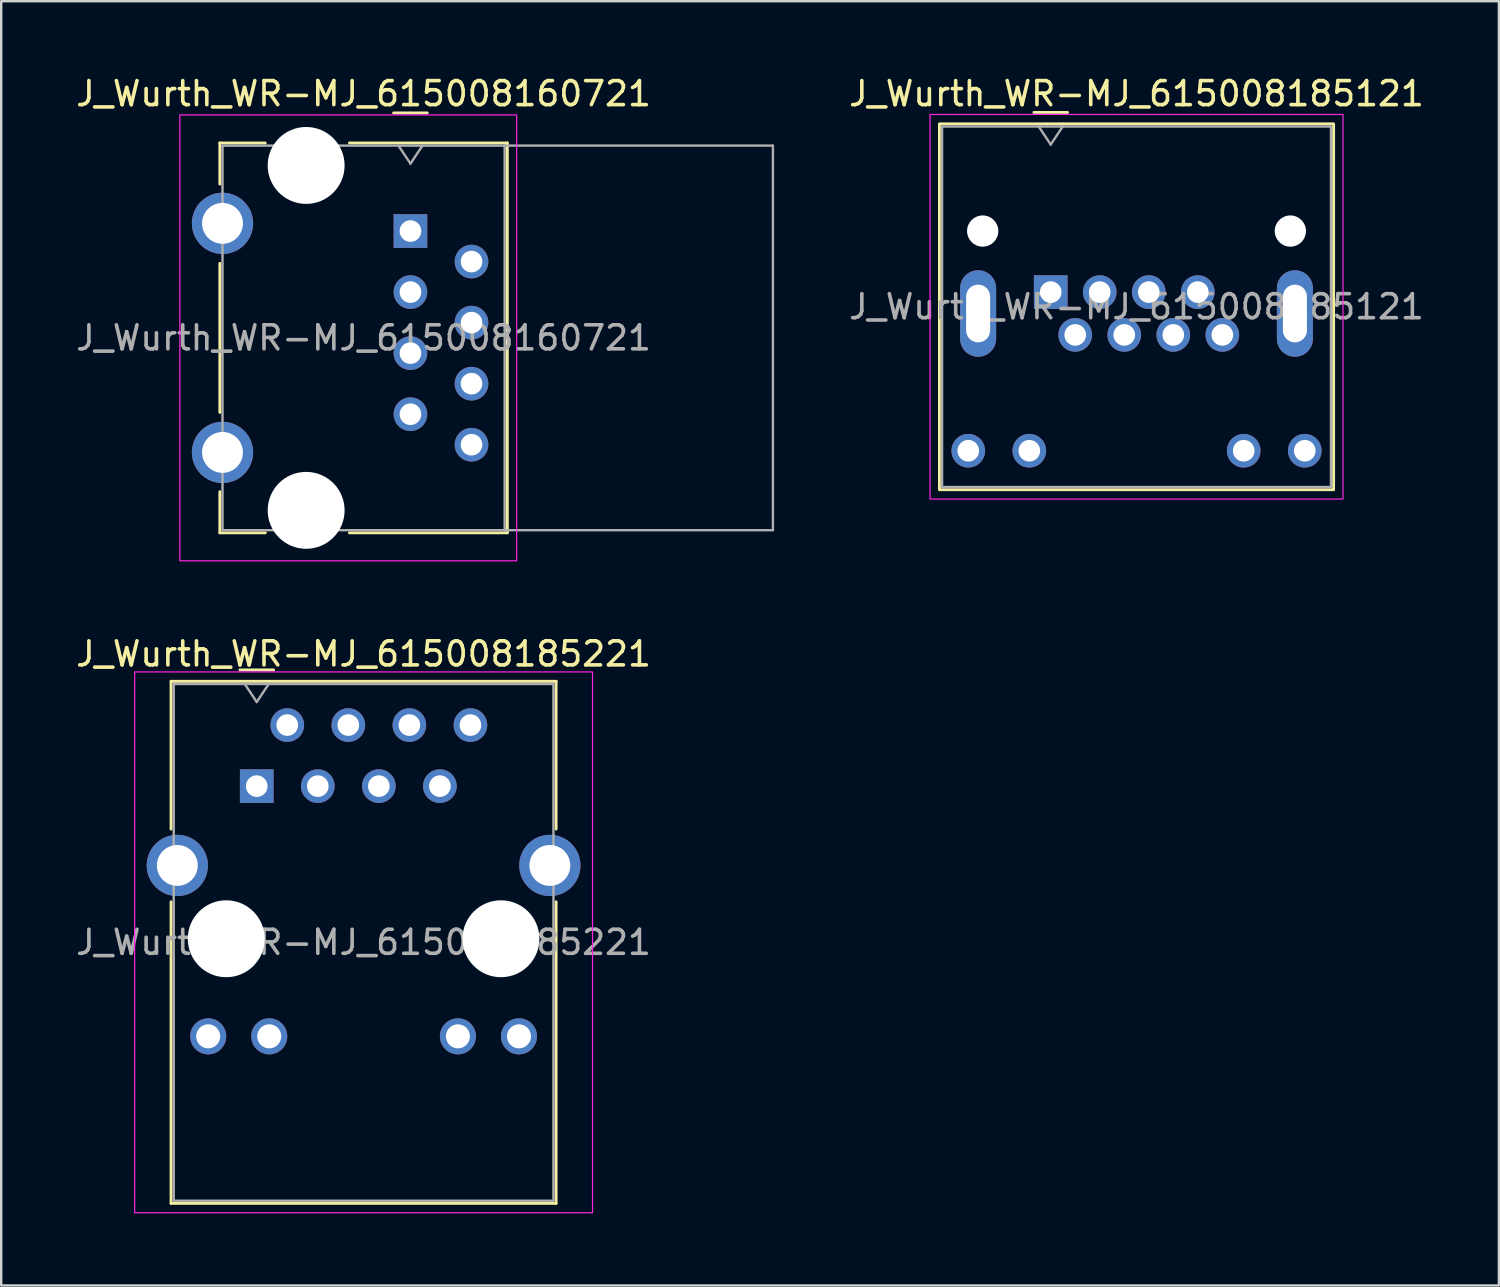
<source format=kicad_pcb>
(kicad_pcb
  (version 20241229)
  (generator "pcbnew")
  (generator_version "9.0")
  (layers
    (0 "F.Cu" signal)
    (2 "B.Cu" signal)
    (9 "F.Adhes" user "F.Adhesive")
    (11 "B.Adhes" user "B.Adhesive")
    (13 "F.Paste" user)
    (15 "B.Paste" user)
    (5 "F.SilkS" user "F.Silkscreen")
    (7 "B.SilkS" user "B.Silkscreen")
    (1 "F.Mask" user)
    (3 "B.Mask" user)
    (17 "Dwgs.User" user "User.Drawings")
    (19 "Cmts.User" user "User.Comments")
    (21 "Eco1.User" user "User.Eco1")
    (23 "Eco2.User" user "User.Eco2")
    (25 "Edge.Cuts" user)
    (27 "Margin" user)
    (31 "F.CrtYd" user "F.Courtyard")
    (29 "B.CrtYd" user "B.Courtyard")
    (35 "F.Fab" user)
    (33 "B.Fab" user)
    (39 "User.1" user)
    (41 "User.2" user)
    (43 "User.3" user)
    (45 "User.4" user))
  (footprint "J_Wurth_WR-MJ_615008160721"
    (layer "F.Cu")
    (at 14.027 6.563)
    (property "Reference" "J_Wurth_WR-MJ_615008160721" (at -1.95 -5.715 0) (unlocked yes) (layer "F.SilkS") (effects (font (size 1 1) (thickness 0.15))))
    (attr through_hole)
    (fp_line (start -7.93 -1.955) (end -7.93 -3.665) (stroke (width 0.12) (type solid)) (layer "F.SilkS"))
    (fp_line (start -7.93 7.545) (end -7.93 1.345) (stroke (width 0.12) (type solid)) (layer "F.SilkS"))
    (fp_line (start -7.93 10.845) (end -7.93 12.555) (stroke (width 0.12) (type solid)) (layer "F.SilkS"))
    (fp_line (start -6.04 -3.665) (end -7.93 -3.665) (stroke (width 0.12) (type solid)) (layer "F.SilkS"))
    (fp_line (start -6.04 12.555) (end -7.93 12.555) (stroke (width 0.12) (type solid)) (layer "F.SilkS"))
    (fp_line (start -2.54 -3.665) (end 4.03 -3.665) (stroke (width 0.12) (type solid)) (layer "F.SilkS"))
    (fp_line (start -2.54 12.555) (end 4.03 12.555) (stroke (width 0.12) (type solid)) (layer "F.SilkS"))
    (fp_line (start 0.7 -4.915) (end -0.7 -4.915) (stroke (width 0.12) (type solid)) (layer "F.SilkS"))
    (fp_line (start 4.03 -3.665) (end 4.03 12.555) (stroke (width 0.12) (type solid)) (layer "F.SilkS"))
    (fp_rect (start -9.595 -4.83) (end 4.42 13.72) (stroke (width 0.05) (type solid)) (fill no) (layer "F.CrtYd"))
    (fp_line (start 0 -2.805) (end -0.5 -3.555) (stroke (width 0.1) (type solid)) (layer "F.Fab"))
    (fp_line (start 0 -2.805) (end 0.5 -3.555) (stroke (width 0.1) (type solid)) (layer "F.Fab"))
    (fp_line (start 3.92 -3.555) (end 15.08 -3.555) (stroke (width 0.1) (type solid)) (layer "F.Fab"))
    (fp_line (start 15.08 -3.555) (end 15.08 12.445) (stroke (width 0.1) (type solid)) (layer "F.Fab"))
    (fp_line (start 15.08 12.445) (end 3.92 12.445) (stroke (width 0.1) (type solid)) (layer "F.Fab"))
    (fp_rect (start -7.82 -3.555) (end 3.92 12.445) (stroke (width 0.1) (type solid)) (fill no) (layer "F.Fab"))
    (fp_text user "${REFERENCE}" (at -1.95 4.445 0) (unlocked yes) (layer "F.Fab") (effects (font (size 1 1) (thickness 0.15))))
    (pad "" np_thru_hole circle (at -4.34 -2.73 90) (size 3.2 3.2) (drill 3.2) (layers "*.Cu" "*.Mask"))
    (pad "" np_thru_hole circle (at -4.34 11.62 90) (size 3.2 3.2) (drill 3.2) (layers "*.Cu" "*.Mask"))
    (pad "1" thru_hole rect (at 0 0 90) (size 1.4 1.4) (drill 0.9) (layers "*.Cu" "*.Mask"))
    (pad "2" thru_hole circle (at 2.54 1.27 90) (size 1.4 1.4) (drill 0.9) (layers "*.Cu" "*.Mask"))
    (pad "3" thru_hole circle (at 0 2.54 90) (size 1.4 1.4) (drill 0.9) (layers "*.Cu" "*.Mask"))
    (pad "4" thru_hole circle (at 2.54 3.81 90) (size 1.4 1.4) (drill 0.9) (layers "*.Cu" "*.Mask"))
    (pad "5" thru_hole circle (at 0 5.08 90) (size 1.4 1.4) (drill 0.9) (layers "*.Cu" "*.Mask"))
    (pad "6" thru_hole circle (at 2.54 6.35 90) (size 1.4 1.4) (drill 0.9) (layers "*.Cu" "*.Mask"))
    (pad "7" thru_hole circle (at 0 7.62 90) (size 1.4 1.4) (drill 0.9) (layers "*.Cu" "*.Mask"))
    (pad "8" thru_hole circle (at 2.54 8.89 90) (size 1.4 1.4) (drill 0.9) (layers "*.Cu" "*.Mask"))
    (pad "S1" thru_hole circle (at -7.82 9.21 90) (size 2.55 2.55) (drill 1.7) (layers "*.Cu" "*.Mask"))
    (pad "S2" thru_hole circle (at -7.82 -0.32 90) (size 2.55 2.55) (drill 1.7) (layers "*.Cu" "*.Mask")))
  (footprint "J_Wurth_WR-MJ_615008185221"
    (layer "F.Cu")
    (at 7.632 29.657)
    (property "Reference" "J_Wurth_WR-MJ_615008185221" (at 4.445 -5.5 0) (unlocked yes) (layer "F.SilkS") (effects (font (size 1 1) (thickness 0.15))))
    (attr through_hole)
    (fp_line (start -3.565 1.787) (end -3.565 -4.36) (stroke (width 0.12) (type solid)) (layer "F.SilkS"))
    (fp_line (start -3.565 -4.36) (end 12.455 -4.36) (stroke (width 0.12) (type solid)) (layer "F.SilkS"))
    (fp_line (start -3.565 4.813) (end -3.565 17.36) (stroke (width 0.12) (type solid)) (layer "F.SilkS"))
    (fp_line (start 0.7 -4.835) (end -0.7 -4.835) (stroke (width 0.12) (type solid)) (layer "F.SilkS"))
    (fp_line (start 12.455 1.787) (end 12.455 -4.36) (stroke (width 0.12) (type solid)) (layer "F.SilkS"))
    (fp_line (start 12.455 4.813) (end 12.455 17.36) (stroke (width 0.12) (type solid)) (layer "F.SilkS"))
    (fp_line (start 12.455 17.36) (end -3.565 17.36) (stroke (width 0.12) (type solid)) (layer "F.SilkS"))
    (fp_rect (start -5.08 -4.75) (end 13.97 17.75) (stroke (width 0.05) (type solid)) (fill no) (layer "F.CrtYd"))
    (fp_line (start 0 -3.5) (end -0.5 -4.25) (stroke (width 0.1) (type solid)) (layer "F.Fab"))
    (fp_line (start 0 -3.5) (end 0.5 -4.25) (stroke (width 0.1) (type solid)) (layer "F.Fab"))
    (fp_rect (start -3.455 -4.25) (end 12.345 17.25) (stroke (width 0.1) (type solid)) (fill no) (layer "F.Fab"))
    (fp_text user "${REFERENCE}" (at 4.445 6.5 0) (unlocked yes) (layer "F.Fab") (effects (font (size 1 1) (thickness 0.15))))
    (pad "" np_thru_hole circle (at -1.27 6.35) (size 3.2 3.2) (drill 3.2) (layers "*.Cu" "*.Mask"))
    (pad "" np_thru_hole circle (at 10.16 6.35) (size 3.2 3.2) (drill 3.2) (layers "*.Cu" "*.Mask"))
    (pad "1" thru_hole rect (at 0 0) (size 1.4 1.4) (drill 0.9) (layers "*.Cu" "*.Mask"))
    (pad "2" thru_hole circle (at 1.27 -2.54) (size 1.4 1.4) (drill 0.9) (layers "*.Cu" "*.Mask"))
    (pad "3" thru_hole circle (at 2.54 0) (size 1.4 1.4) (drill 0.9) (layers "*.Cu" "*.Mask"))
    (pad "4" thru_hole circle (at 3.81 -2.54) (size 1.4 1.4) (drill 0.9) (layers "*.Cu" "*.Mask"))
    (pad "5" thru_hole circle (at 5.08 0) (size 1.4 1.4) (drill 0.9) (layers "*.Cu" "*.Mask"))
    (pad "6" thru_hole circle (at 6.35 -2.54) (size 1.4 1.4) (drill 0.9) (layers "*.Cu" "*.Mask"))
    (pad "7" thru_hole circle (at 7.62 0) (size 1.4 1.4) (drill 0.9) (layers "*.Cu" "*.Mask"))
    (pad "8" thru_hole circle (at 8.89 -2.54) (size 1.4 1.4) (drill 0.9) (layers "*.Cu" "*.Mask"))
    (pad "9" thru_hole circle (at 10.91 10.41) (size 1.5 1.5) (drill 1) (layers "*.Cu" "*.Mask"))
    (pad "10" thru_hole circle (at 8.37 10.41) (size 1.5 1.5) (drill 1) (layers "*.Cu" "*.Mask"))
    (pad "11" thru_hole circle (at 0.52 10.41) (size 1.5 1.5) (drill 1) (layers "*.Cu" "*.Mask"))
    (pad "12" thru_hole circle (at -2.02 10.41) (size 1.5 1.5) (drill 1) (layers "*.Cu" "*.Mask"))
    (pad "S1" thru_hole circle (at -3.305 3.3) (size 2.55 2.55) (drill 1.7) (layers "*.Cu" "*.Mask"))
    (pad "S2" thru_hole circle (at 12.195 3.3) (size 2.55 2.55) (drill 1.7) (layers "*.Cu" "*.Mask")))
  (footprint "J_Wurth_WR-MJ_615008185121"
    (layer "F.Cu")
    (at 40.665 9.103)
    (property "Reference" "J_Wurth_WR-MJ_615008185121" (at 3.57 -8.255 0) (unlocked yes) (layer "F.SilkS") (effects (font (size 1 1) (thickness 0.15))))
    (attr through_hole)
    (fp_line (start 0.7 -7.475) (end -0.7 -7.475) (stroke (width 0.12) (type solid)) (layer "F.SilkS"))
    (fp_rect (start -4.63 -7) (end 11.77 8.22) (stroke (width 0.12) (type solid)) (fill no) (layer "F.SilkS"))
    (fp_rect (start -5.02 -7.39) (end 12.16 8.61) (stroke (width 0.05) (type default)) (fill no) (layer "F.CrtYd"))
    (fp_line (start 0 -6.14) (end -0.5 -6.89) (stroke (width 0.1) (type solid)) (layer "F.Fab"))
    (fp_line (start 0 -6.14) (end 0.5 -6.89) (stroke (width 0.1) (type solid)) (layer "F.Fab"))
    (fp_rect (start -4.52 -6.89) (end 11.66 8.11) (stroke (width 0.1) (type solid)) (fill no) (layer "F.Fab"))
    (fp_text user "${REFERENCE}" (at 3.57 0.61 0) (unlocked yes) (layer "F.Fab") (effects (font (size 1 1) (thickness 0.15))))
    (pad "" np_thru_hole circle (at -2.83 -2.54 180) (size 1.3 1.3) (drill 1.3) (layers "*.Cu" "*.Mask"))
    (pad "" np_thru_hole circle (at 9.97 -2.54 180) (size 1.3 1.3) (drill 1.3) (layers "*.Cu" "*.Mask"))
    (pad "1" thru_hole rect (at 0 0 180) (size 1.4 1.4) (drill 0.9) (layers "*.Cu" "*.Mask"))
    (pad "2" thru_hole circle (at 1.02 1.78 180) (size 1.4 1.4) (drill 0.9) (layers "*.Cu" "*.Mask"))
    (pad "3" thru_hole circle (at 2.04 0 180) (size 1.4 1.4) (drill 0.9) (layers "*.Cu" "*.Mask"))
    (pad "4" thru_hole circle (at 3.06 1.78 180) (size 1.4 1.4) (drill 0.9) (layers "*.Cu" "*.Mask"))
    (pad "5" thru_hole circle (at 4.08 0 180) (size 1.4 1.4) (drill 0.9) (layers "*.Cu" "*.Mask"))
    (pad "6" thru_hole circle (at 5.1 1.78 180) (size 1.4 1.4) (drill 0.9) (layers "*.Cu" "*.Mask"))
    (pad "7" thru_hole circle (at 6.12 0 180) (size 1.4 1.4) (drill 0.9) (layers "*.Cu" "*.Mask"))
    (pad "8" thru_hole circle (at 7.14 1.78 180) (size 1.4 1.4) (drill 0.9) (layers "*.Cu" "*.Mask"))
    (pad "9" thru_hole circle (at -3.43 6.6 180) (size 1.4 1.4) (drill 0.9) (layers "*.Cu" "*.Mask"))
    (pad "10" thru_hole circle (at -0.89 6.6 180) (size 1.4 1.4) (drill 0.9) (layers "*.Cu" "*.Mask"))
    (pad "11" thru_hole circle (at 8.03 6.6 180) (size 1.4 1.4) (drill 0.9) (layers "*.Cu" "*.Mask"))
    (pad "12" thru_hole circle (at 10.57 6.6 180) (size 1.4 1.4) (drill 0.9) (layers "*.Cu" "*.Mask"))
    (pad "S1" thru_hole oval (at 10.16 0.89 180) (size 1.5 3.6) (drill oval 1 2.4) (layers "*.Cu" "*.Mask"))
    (pad "S2" thru_hole oval (at -3.02 0.89 180) (size 1.5 3.6) (drill oval 1 2.4) (layers "*.Cu" "*.Mask")))
  (gr_rect
    (start -3 -3)
    (end 59.312 50.431)
    (stroke (width 0.1) (type default))
    (fill no)
    (layer "Edge.Cuts")))
</source>
